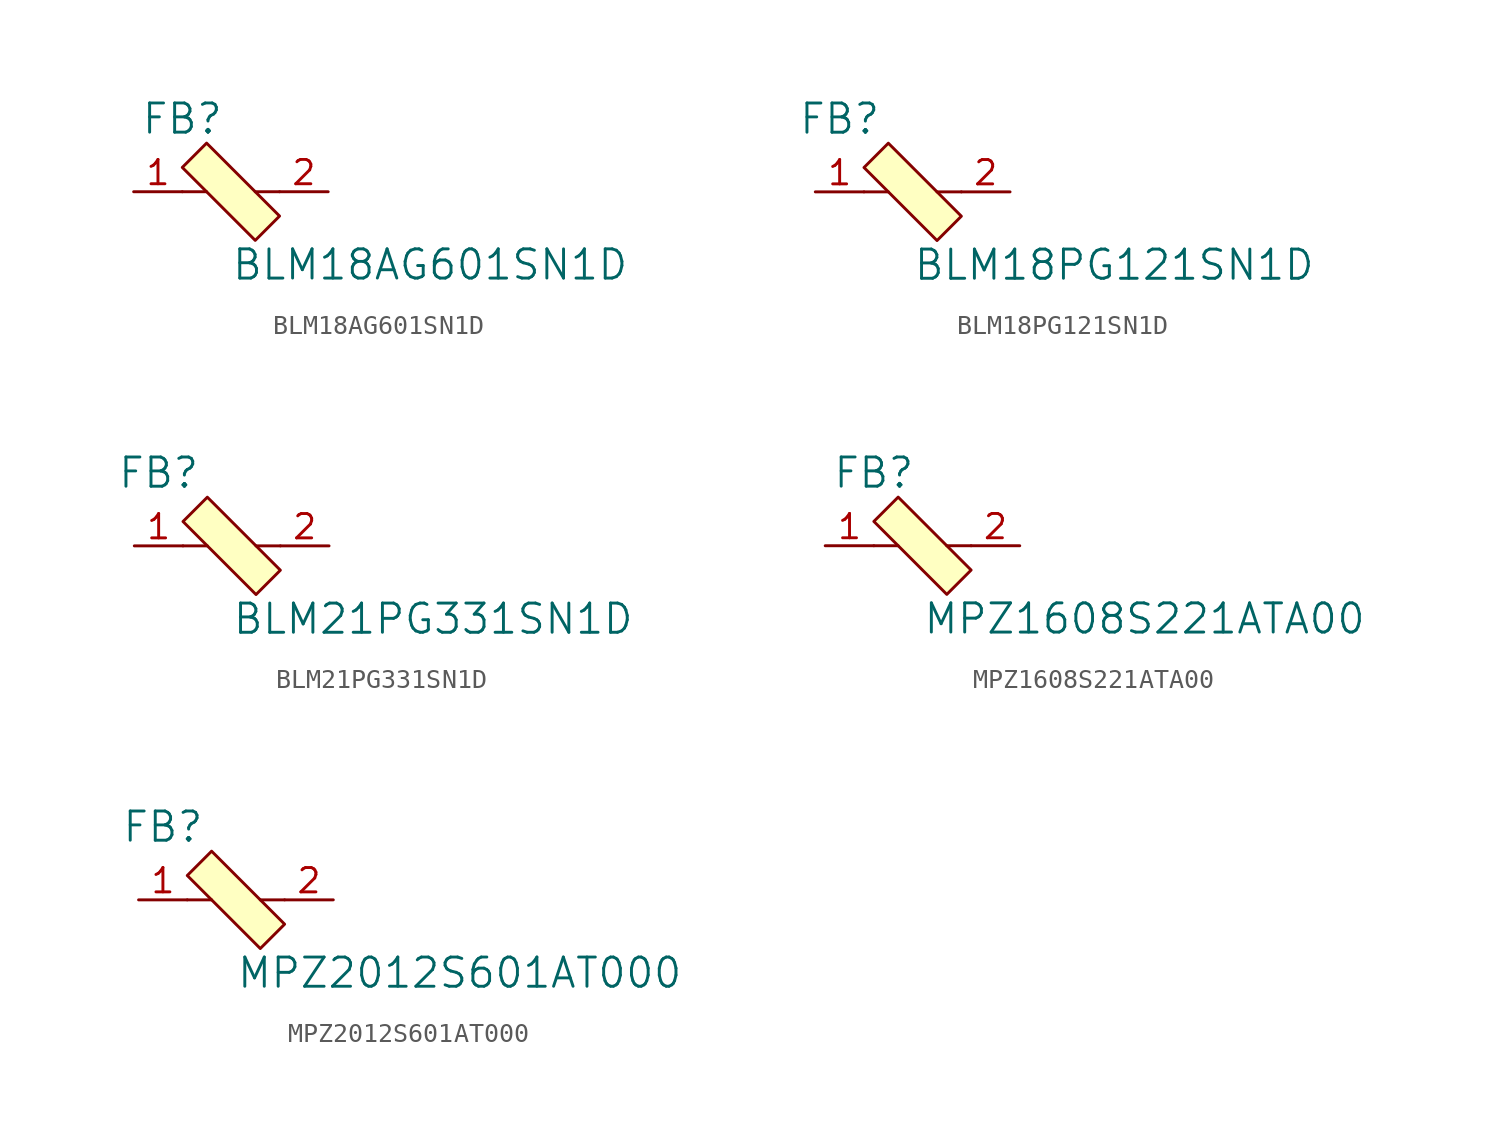
<source format=kicad_sym>
(kicad_symbol_lib
  (version 20211014)
  (generator kicad_symbol_editor)
  (symbol "BLM18AG601SN1D"
    (pin_names
      (offset 1.016))
    (property "Reference" "FB"
      (at -2.54 3.81 0)
      (effects (font (size 1.524 1.524))))
    (property "Value" "BLM18AG601SN1D"
      (at 0 -3.81 0)
      (effects (font (size 1.524 1.524)) (justify left)))
    (symbol "BLM18AG601SN1D_0_1"
      (polyline (pts (xy -1.27 0) (xy -2.54 0)) (stroke (width 0) (type default) (color 0 0 0 0)) (fill (type none)))
      (polyline (pts (xy 1.27 0) (xy 2.54 0)) (stroke (width 0) (type default) (color 0 0 0 0)) (fill (type none)))
      (polyline (pts (xy -1.27 2.54) (xy -2.54 1.27) (xy 1.27 -2.54) (xy 2.54 -1.27) (xy -1.27 2.54)) (stroke (width 0) (type default) (color 0 0 0 0)) (fill (type background))))
    (symbol "BLM18AG601SN1D_1_1"
      (pin passive line (at -5.08 0 0) (length 2.54) (name "~" (effects (font (size 1.27 1.27)))) (number "1" (effects (font (size 1.27 1.27)))))
      (pin passive line (at 5.08 0 180) (length 2.54) (name "~" (effects (font (size 1.27 1.27)))) (number "2" (effects (font (size 1.27 1.27)))))))
  (symbol "BLM18PG121SN1D"
    (pin_names
      (offset 1.016))
    (property "Reference" "FB"
      (at -3.81 3.81 0)
      (effects (font (size 1.524 1.524))))
    (property "Value" "BLM18PG121SN1D"
      (at 0 -3.81 0)
      (effects (font (size 1.524 1.524)) (justify left)))
    (symbol "BLM18PG121SN1D_0_1"
      (polyline (pts (xy -1.27 0) (xy -2.54 0)) (stroke (width 0) (type default) (color 0 0 0 0)) (fill (type none)))
      (polyline (pts (xy 1.27 0) (xy 2.54 0)) (stroke (width 0) (type default) (color 0 0 0 0)) (fill (type none)))
      (polyline (pts (xy -1.27 2.54) (xy -2.54 1.27) (xy 1.27 -2.54) (xy 2.54 -1.27) (xy -1.27 2.54)) (stroke (width 0) (type default) (color 0 0 0 0)) (fill (type background))))
    (symbol "BLM18PG121SN1D_1_1"
      (pin passive line (at -5.08 0 0) (length 2.54) (name "~" (effects (font (size 1.27 1.27)))) (number "1" (effects (font (size 1.27 1.27)))))
      (pin passive line (at 5.08 0 180) (length 2.54) (name "~" (effects (font (size 1.27 1.27)))) (number "2" (effects (font (size 1.27 1.27)))))))
  (symbol "BLM21PG331SN1D"
    (pin_names
      (offset 1.016))
    (property "Reference" "FB"
      (at -3.81 3.81 0)
      (effects (font (size 1.524 1.524))))
    (property "Value" "BLM21PG331SN1D"
      (at 0 -3.81 0)
      (effects (font (size 1.524 1.524)) (justify left)))
    (symbol "BLM21PG331SN1D_0_1"
      (polyline (pts (xy -1.27 0) (xy -2.54 0)) (stroke (width 0) (type default) (color 0 0 0 0)) (fill (type none)))
      (polyline (pts (xy 1.27 0) (xy 2.54 0)) (stroke (width 0) (type default) (color 0 0 0 0)) (fill (type none)))
      (polyline (pts (xy -1.27 2.54) (xy -2.54 1.27) (xy 1.27 -2.54) (xy 2.54 -1.27) (xy -1.27 2.54)) (stroke (width 0) (type default) (color 0 0 0 0)) (fill (type background))))
    (symbol "BLM21PG331SN1D_1_1"
      (pin passive line (at -5.08 0 0) (length 2.54) (name "~" (effects (font (size 1.27 1.27)))) (number "1" (effects (font (size 1.27 1.27)))))
      (pin passive line (at 5.08 0 180) (length 2.54) (name "~" (effects (font (size 1.27 1.27)))) (number "2" (effects (font (size 1.27 1.27)))))))
  (symbol "MPZ1608S221ATA00"
    (pin_names
      (offset 1.016))
    (property "Reference" "FB"
      (at -2.54 3.81 0)
      (effects (font (size 1.524 1.524))))
    (property "Value" "MPZ1608S221ATA00"
      (at 0 -3.81 0)
      (effects (font (size 1.524 1.524)) (justify left)))
    (symbol "MPZ1608S221ATA00_0_1"
      (polyline (pts (xy -1.27 0) (xy -2.54 0)) (stroke (width 0) (type default) (color 0 0 0 0)) (fill (type none)))
      (polyline (pts (xy 1.27 0) (xy 2.54 0)) (stroke (width 0) (type default) (color 0 0 0 0)) (fill (type none)))
      (polyline (pts (xy -1.27 2.54) (xy -2.54 1.27) (xy 1.27 -2.54) (xy 2.54 -1.27) (xy -1.27 2.54)) (stroke (width 0) (type default) (color 0 0 0 0)) (fill (type background))))
    (symbol "MPZ1608S221ATA00_1_1"
      (pin passive line (at -5.08 0 0) (length 2.54) (name "~" (effects (font (size 1.27 1.27)))) (number "1" (effects (font (size 1.27 1.27)))))
      (pin passive line (at 5.08 0 180) (length 2.54) (name "~" (effects (font (size 1.27 1.27)))) (number "2" (effects (font (size 1.27 1.27)))))))
  (symbol "MPZ2012S601AT000"
    (pin_names
      (offset 1.016))
    (property "Reference" "FB"
      (at -3.81 3.81 0)
      (effects (font (size 1.524 1.524))))
    (property "Value" "MPZ2012S601AT000"
      (at 0 -3.81 0)
      (effects (font (size 1.524 1.524)) (justify left)))
    (symbol "MPZ2012S601AT000_0_1"
      (polyline (pts (xy -1.27 0) (xy -2.54 0)) (stroke (width 0) (type default) (color 0 0 0 0)) (fill (type none)))
      (polyline (pts (xy 1.27 0) (xy 2.54 0)) (stroke (width 0) (type default) (color 0 0 0 0)) (fill (type none)))
      (polyline (pts (xy -1.27 2.54) (xy -2.54 1.27) (xy 1.27 -2.54) (xy 2.54 -1.27) (xy -1.27 2.54)) (stroke (width 0) (type default) (color 0 0 0 0)) (fill (type background))))
    (symbol "MPZ2012S601AT000_1_1"
      (pin passive line (at -5.08 0 0) (length 2.54) (name "~" (effects (font (size 1.27 1.27)))) (number "1" (effects (font (size 1.27 1.27)))))
      (pin passive line (at 5.08 0 180) (length 2.54) (name "~" (effects (font (size 1.27 1.27)))) (number "2" (effects (font (size 1.27 1.27))))))))
</source>
